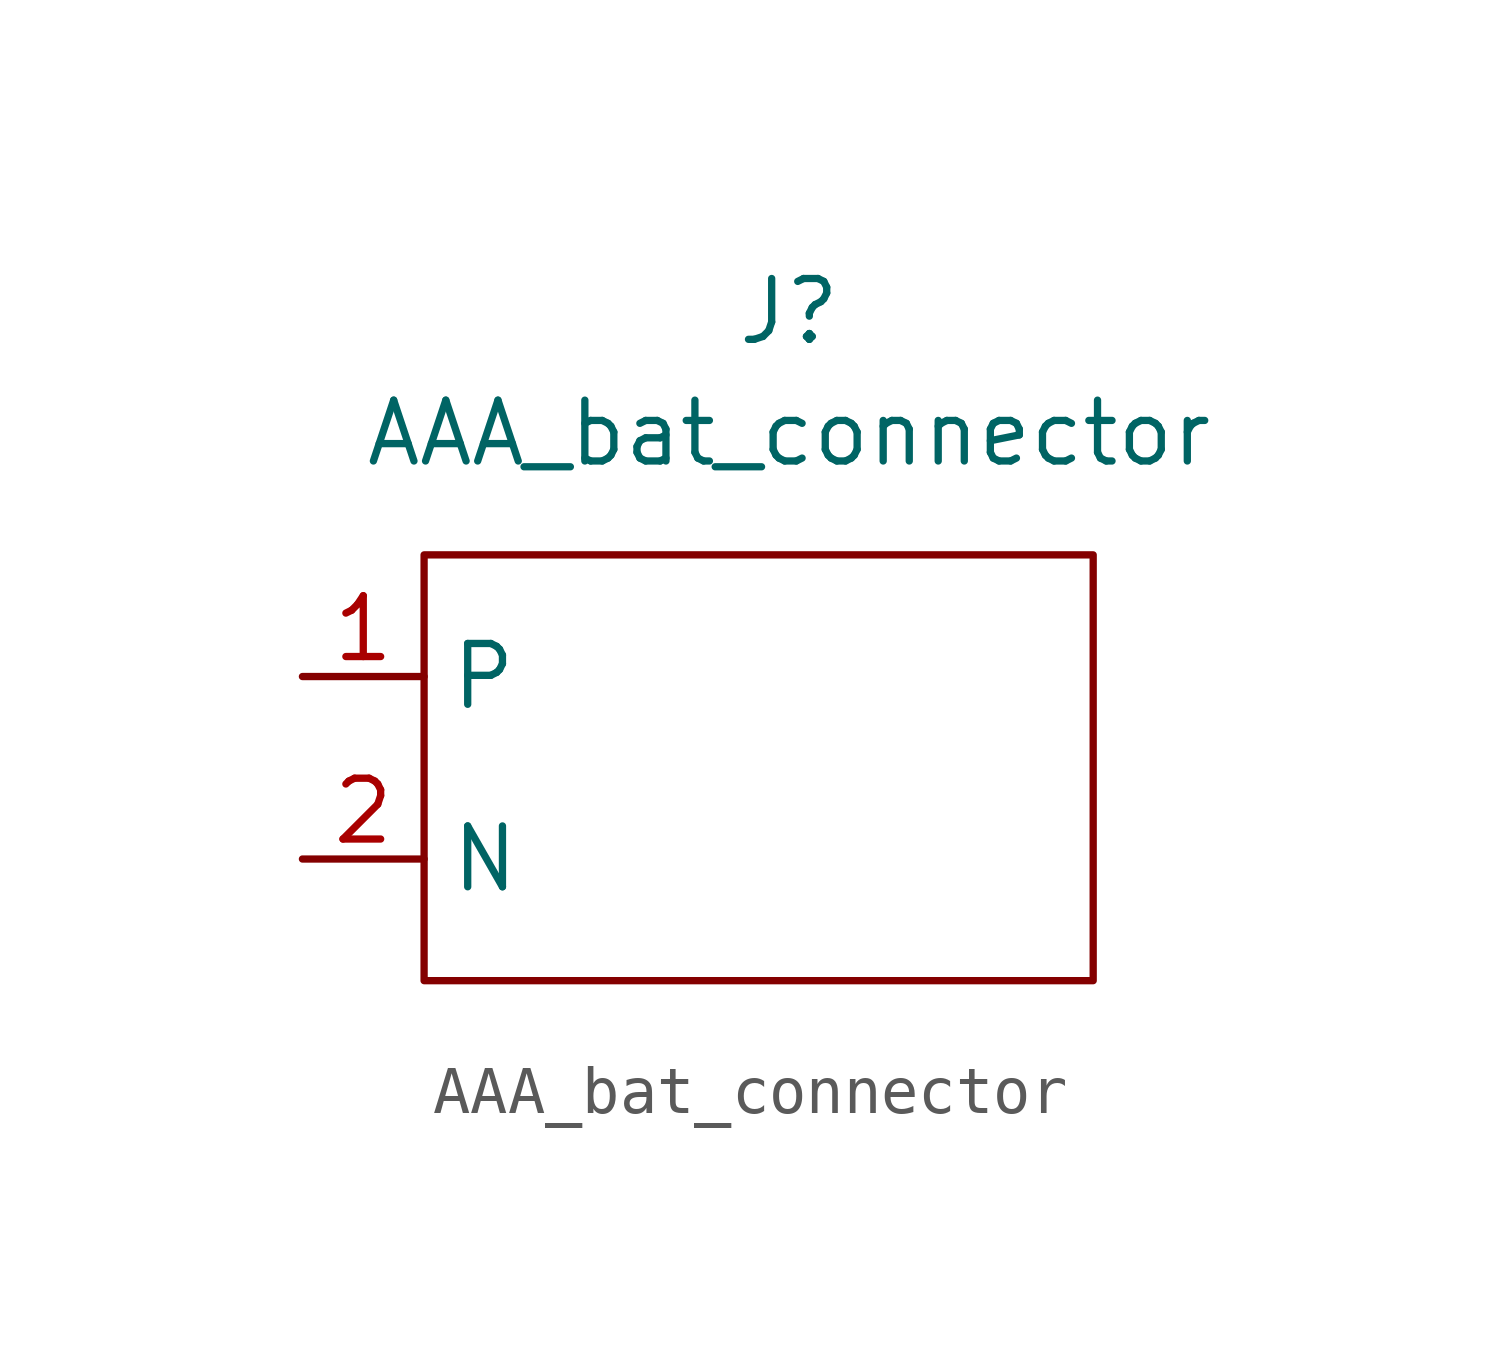
<source format=kicad_sym>
(kicad_symbol_lib
  (version 20211014)
  (generator kicad_symbol_editor)
  (symbol "AAA_bat_connector"
    (property "Reference" "J"
      (at 0 8.89 0)
      (effects (font (size 1.27 1.27))))
    (property "Value" "AAA_bat_connector"
      (at 0 6.35 0)
      (effects (font (size 1.27 1.27))))
    (symbol "AAA_bat_connector_0_1"
      (rectangle (start -7.62 3.81) (end 6.35 -5.08) (stroke (width 0) (type default) (color 0 0 0 0)) (fill (type none))))
    (symbol "AAA_bat_connector_1_1"
      (pin output line (at -10.16 1.27 0) (length 2.54) (name "P" (effects (font (size 1.27 1.27)))) (number "1" (effects (font (size 1.27 1.27)))))
      (pin input line (at -10.16 -2.54 0) (length 2.54) (name "N" (effects (font (size 1.27 1.27)))) (number "2" (effects (font (size 1.27 1.27))))))))
</source>
